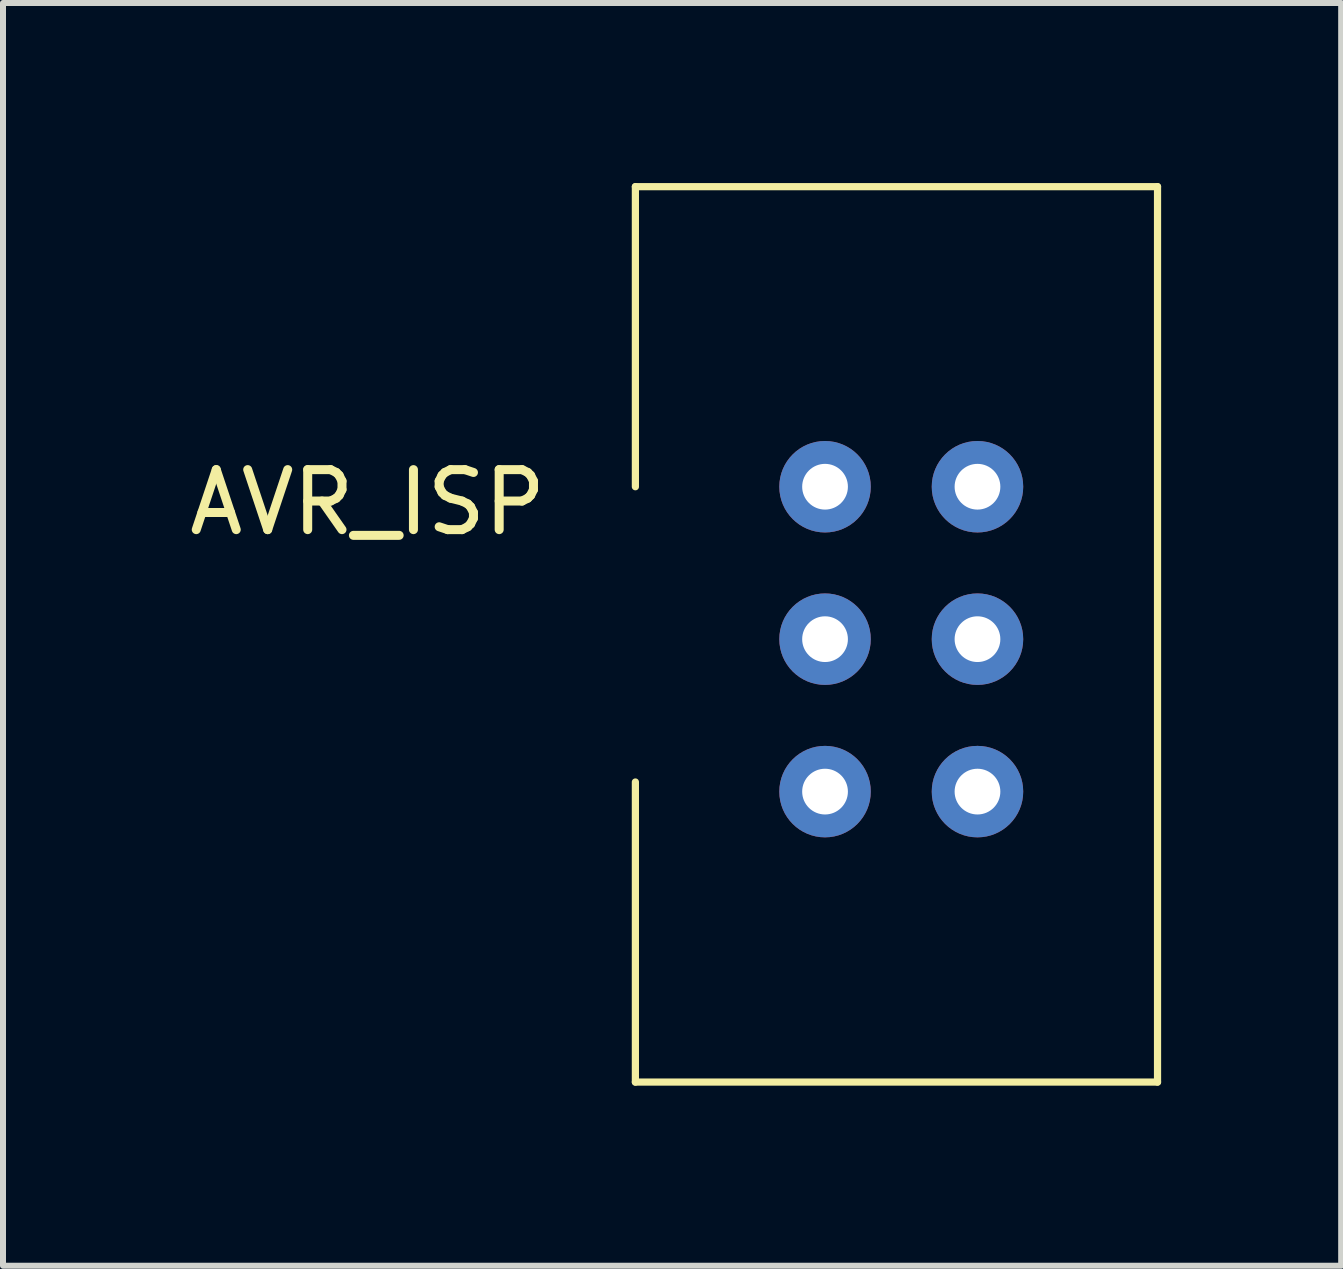
<source format=kicad_pcb>
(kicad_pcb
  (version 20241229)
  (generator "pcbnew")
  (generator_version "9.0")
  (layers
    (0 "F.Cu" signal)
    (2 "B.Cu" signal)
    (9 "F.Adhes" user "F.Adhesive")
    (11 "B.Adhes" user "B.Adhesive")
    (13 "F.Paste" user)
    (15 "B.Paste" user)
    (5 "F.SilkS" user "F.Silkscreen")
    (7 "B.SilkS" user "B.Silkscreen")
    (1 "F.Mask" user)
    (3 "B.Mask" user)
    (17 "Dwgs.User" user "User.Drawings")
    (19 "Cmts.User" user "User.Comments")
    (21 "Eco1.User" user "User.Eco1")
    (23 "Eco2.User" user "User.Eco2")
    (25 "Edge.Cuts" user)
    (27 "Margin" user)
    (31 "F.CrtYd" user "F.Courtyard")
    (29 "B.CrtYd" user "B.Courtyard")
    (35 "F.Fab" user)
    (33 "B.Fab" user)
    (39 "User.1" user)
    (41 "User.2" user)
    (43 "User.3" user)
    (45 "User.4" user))
  (footprint "AVR_ISP"
    (layer "F.Cu")
    (at 8.157 2.52)
    (property "Reference" "AVR_ISP" (at -5.08 2.8 0) (layer "F.SilkS") (effects (font (size 1 1) (thickness 0.15))))
    (attr through_hole)
    (fp_line (start -0.62 -2.46) (end -0.62 2.54) (stroke (width 0.12) (type solid)) (layer "F.SilkS"))
    (fp_line (start -0.62 -2.46) (end 8.08 -2.46) (stroke (width 0.12) (type solid)) (layer "F.SilkS"))
    (fp_line (start -0.62 12.46) (end -0.62 7.46) (stroke (width 0.12) (type solid)) (layer "F.SilkS"))
    (fp_line (start -0.62 12.46) (end 8.08 12.46) (stroke (width 0.12) (type solid)) (layer "F.SilkS"))
    (fp_line (start 8.08 -2.46) (end 8.08 12.46) (stroke (width 0.12) (type solid)) (layer "F.SilkS"))
    (pad "1" thru_hole circle (at 2.54 2.54) (size 1.524 1.524) (drill 0.762) (layers "*.Cu" "*.Mask"))
    (pad "2" thru_hole circle (at 5.08 2.54) (size 1.524 1.524) (drill 0.762) (layers "*.Cu" "*.Mask"))
    (pad "3" thru_hole circle (at 2.54 5.08) (size 1.524 1.524) (drill 0.762) (layers "*.Cu" "*.Mask"))
    (pad "4" thru_hole circle (at 5.08 5.08) (size 1.524 1.524) (drill 0.762) (layers "*.Cu" "*.Mask"))
    (pad "5" thru_hole circle (at 2.54 7.62) (size 1.524 1.524) (drill 0.762) (layers "*.Cu" "*.Mask"))
    (pad "6" thru_hole circle (at 5.08 7.62) (size 1.524 1.524) (drill 0.762) (layers "*.Cu" "*.Mask")))
  (gr_rect
    (start -3 -3)
    (end 19.297 18.04)
    (stroke (width 0.1) (type default))
    (fill no)
    (layer "Edge.Cuts")))
</source>
